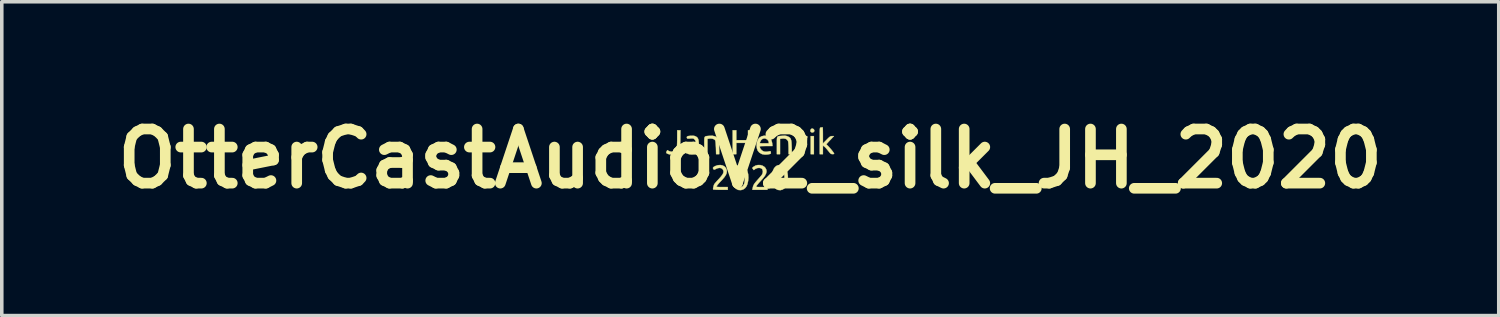
<source format=kicad_pcb>
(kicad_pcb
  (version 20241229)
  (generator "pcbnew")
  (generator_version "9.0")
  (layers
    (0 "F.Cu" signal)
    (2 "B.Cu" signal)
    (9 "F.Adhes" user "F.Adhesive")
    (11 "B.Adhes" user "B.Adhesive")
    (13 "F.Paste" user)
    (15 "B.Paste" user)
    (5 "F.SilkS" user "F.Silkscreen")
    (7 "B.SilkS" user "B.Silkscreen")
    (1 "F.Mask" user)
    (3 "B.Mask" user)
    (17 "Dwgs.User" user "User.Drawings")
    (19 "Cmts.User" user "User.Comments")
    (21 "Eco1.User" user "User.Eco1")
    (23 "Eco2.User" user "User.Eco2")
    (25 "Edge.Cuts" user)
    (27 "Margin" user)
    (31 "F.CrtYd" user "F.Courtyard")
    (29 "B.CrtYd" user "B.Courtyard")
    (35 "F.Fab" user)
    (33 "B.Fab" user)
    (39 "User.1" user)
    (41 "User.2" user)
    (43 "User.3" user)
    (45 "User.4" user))
  (footprint "OtterCastAudioV2_silk_JH_2020"
    (layer "F.Cu")
    (at 18.078 1.418)
    (property "Reference" "OtterCastAudioV2_silk_JH_2020" (at 0 0 0) (layer "F.SilkS") (effects (font (size 1.524 1.524) (thickness 0.3))))
    (attr through_hole)
    (fp_poly (pts (xy 1.791 -0.127) (xy 1.702 -0.127) (xy 1.702 -0.635) (xy 1.791 -0.635) (xy 1.791 -0.127)) (stroke (width 0.01) (type solid)) (fill yes) (layer "F.SilkS"))
    (fp_poly (pts (xy -0.394 -0.521) (xy -0.064 -0.521) (xy -0.064 -0.8) (xy 0.038 -0.8) (xy 0.038 -0.127) (xy -0.064 -0.127) (xy -0.064 -0.445) (xy -0.394 -0.445) (xy -0.394 -0.127) (xy -0.495 -0.127) (xy -0.495 -0.8) (xy -0.394 -0.8) (xy -0.394 -0.521)) (stroke (width 0.01) (type solid)) (fill yes) (layer "F.SilkS"))
    (fp_poly (pts (xy 1.788 -0.828) (xy 1.802 -0.801) (xy 1.8 -0.77) (xy 1.788 -0.752) (xy 1.759 -0.738) (xy 1.725 -0.741) (xy 1.702 -0.755) (xy 1.692 -0.784) (xy 1.699 -0.816) (xy 1.718 -0.84) (xy 1.727 -0.844) (xy 1.761 -0.845) (xy 1.788 -0.828)) (stroke (width 0.01) (type solid)) (fill yes) (layer "F.SilkS"))
    (fp_poly (pts (xy 1.567 -0.641) (xy 1.597 -0.632) (xy 1.608 -0.618) (xy 1.608 -0.614) (xy 1.601 -0.585) (xy 1.6 -0.576) (xy 1.595 -0.564) (xy 1.575 -0.562) (xy 1.551 -0.565) (xy 1.504 -0.568) (xy 1.458 -0.565) (xy 1.456 -0.565) (xy 1.41 -0.556) (xy 1.41 -0.127) (xy 1.321 -0.127) (xy 1.321 -0.62) (xy 1.408 -0.636) (xy 1.467 -0.643) (xy 1.522 -0.645) (xy 1.567 -0.641)) (stroke (width 0.01) (type solid)) (fill yes) (layer "F.SilkS"))
    (fp_poly (pts (xy -1.971 -0.524) (xy -1.973 -0.422) (xy -1.976 -0.342) (xy -1.98 -0.281) (xy -1.988 -0.236) (xy -1.999 -0.203) (xy -2.015 -0.178) (xy -2.035 -0.16) (xy -2.062 -0.144) (xy -2.07 -0.14) (xy -2.123 -0.123) (xy -2.188 -0.115) (xy -2.255 -0.118) (xy -2.305 -0.13) (xy -2.345 -0.146) (xy -2.364 -0.162) (xy -2.364 -0.183) (xy -2.356 -0.203) (xy -2.337 -0.239) (xy -2.289 -0.214) (xy -2.237 -0.197) (xy -2.182 -0.195) (xy -2.133 -0.207) (xy -2.105 -0.226) (xy -2.09 -0.246) (xy -2.078 -0.275) (xy -2.069 -0.316) (xy -2.063 -0.371) (xy -2.06 -0.444) (xy -2.058 -0.538) (xy -2.058 -0.581) (xy -2.057 -0.8) (xy -1.967 -0.8) (xy -1.971 -0.524)) (stroke (width 0.01) (type solid)) (fill yes) (layer "F.SilkS"))
    (fp_poly (pts (xy -0.992 -0.628) (xy -0.94 -0.596) (xy -0.912 -0.561) (xy -0.9 -0.541) (xy -0.892 -0.519) (xy -0.887 -0.491) (xy -0.883 -0.451) (xy -0.88 -0.396) (xy -0.878 -0.321) (xy -0.874 -0.127) (xy -0.962 -0.127) (xy -0.967 -0.308) (xy -0.971 -0.383) (xy -0.975 -0.446) (xy -0.981 -0.492) (xy -0.988 -0.516) (xy -0.988 -0.517) (xy -1.016 -0.544) (xy -1.062 -0.562) (xy -1.117 -0.568) (xy -1.15 -0.566) (xy -1.206 -0.557) (xy -1.206 -0.127) (xy -1.295 -0.127) (xy -1.295 -0.373) (xy -1.296 -0.46) (xy -1.295 -0.525) (xy -1.293 -0.571) (xy -1.286 -0.602) (xy -1.273 -0.621) (xy -1.251 -0.632) (xy -1.22 -0.637) (xy -1.178 -0.641) (xy -1.146 -0.643) (xy -1.06 -0.644) (xy -0.992 -0.628)) (stroke (width 0.01) (type solid)) (fill yes) (layer "F.SilkS"))
    (fp_poly (pts (xy 0.998 -0.644) (xy 1.033 -0.635) (xy 1.057 -0.625) (xy 1.092 -0.607) (xy 1.119 -0.586) (xy 1.137 -0.559) (xy 1.15 -0.521) (xy 1.159 -0.468) (xy 1.163 -0.397) (xy 1.166 -0.321) (xy 1.171 -0.127) (xy 1.079 -0.127) (xy 1.079 -0.289) (xy 1.077 -0.356) (xy 1.074 -0.418) (xy 1.069 -0.466) (xy 1.063 -0.495) (xy 1.036 -0.535) (xy 0.992 -0.561) (xy 0.933 -0.569) (xy 0.896 -0.566) (xy 0.838 -0.557) (xy 0.838 -0.127) (xy 0.749 -0.127) (xy 0.749 -0.373) (xy 0.749 -0.46) (xy 0.749 -0.525) (xy 0.752 -0.572) (xy 0.759 -0.603) (xy 0.773 -0.622) (xy 0.794 -0.632) (xy 0.826 -0.638) (xy 0.87 -0.641) (xy 0.902 -0.643) (xy 0.958 -0.646) (xy 0.998 -0.644)) (stroke (width 0.01) (type solid)) (fill yes) (layer "F.SilkS"))
    (fp_poly (pts (xy 0.282 0.18) (xy 0.347 0.199) (xy 0.402 0.234) (xy 0.428 0.265) (xy 0.452 0.314) (xy 0.457 0.364) (xy 0.444 0.419) (xy 0.412 0.481) (xy 0.359 0.552) (xy 0.3 0.618) (xy 0.24 0.683) (xy 0.199 0.733) (xy 0.174 0.768) (xy 0.165 0.791) (xy 0.165 0.793) (xy 0.177 0.796) (xy 0.209 0.798) (xy 0.258 0.799) (xy 0.317 0.8) (xy 0.324 0.8) (xy 0.483 0.8) (xy 0.483 0.876) (xy 0.06 0.876) (xy 0.069 0.824) (xy 0.078 0.783) (xy 0.093 0.745) (xy 0.116 0.705) (xy 0.152 0.659) (xy 0.203 0.6) (xy 0.207 0.596) (xy 0.248 0.549) (xy 0.286 0.505) (xy 0.315 0.47) (xy 0.327 0.455) (xy 0.35 0.406) (xy 0.355 0.353) (xy 0.341 0.305) (xy 0.331 0.29) (xy 0.298 0.268) (xy 0.251 0.259) (xy 0.2 0.264) (xy 0.152 0.282) (xy 0.139 0.291) (xy 0.098 0.321) (xy 0.075 0.291) (xy 0.06 0.27) (xy 0.061 0.255) (xy 0.079 0.237) (xy 0.086 0.232) (xy 0.146 0.196) (xy 0.213 0.179) (xy 0.282 0.18)) (stroke (width 0.01) (type solid)) (fill yes) (layer "F.SilkS"))
    (fp_poly (pts (xy -0.221 0.188) (xy -0.164 0.22) (xy -0.116 0.274) (xy -0.111 0.281) (xy -0.08 0.352) (xy -0.06 0.438) (xy -0.054 0.532) (xy -0.061 0.627) (xy -0.081 0.716) (xy -0.104 0.773) (xy -0.145 0.828) (xy -0.199 0.866) (xy -0.262 0.885) (xy -0.326 0.883) (xy -0.362 0.871) (xy -0.417 0.836) (xy -0.458 0.783) (xy -0.486 0.711) (xy -0.502 0.619) (xy -0.505 0.578) (xy -0.505 0.564) (xy -0.413 0.564) (xy -0.406 0.64) (xy -0.393 0.704) (xy -0.384 0.727) (xy -0.352 0.778) (xy -0.315 0.806) (xy -0.274 0.81) (xy -0.231 0.79) (xy -0.216 0.777) (xy -0.187 0.738) (xy -0.167 0.688) (xy -0.156 0.622) (xy -0.152 0.537) (xy -0.152 0.536) (xy -0.156 0.445) (xy -0.167 0.375) (xy -0.187 0.324) (xy -0.216 0.288) (xy -0.218 0.286) (xy -0.264 0.259) (xy -0.307 0.257) (xy -0.345 0.279) (xy -0.378 0.326) (xy -0.389 0.352) (xy -0.405 0.412) (xy -0.413 0.485) (xy -0.413 0.564) (xy -0.505 0.564) (xy -0.505 0.472) (xy -0.493 0.381) (xy -0.47 0.308) (xy -0.453 0.277) (xy -0.403 0.222) (xy -0.345 0.189) (xy -0.283 0.178) (xy -0.221 0.188)) (stroke (width 0.01) (type solid)) (fill yes) (layer "F.SilkS"))
    (fp_poly (pts (xy 2.037 -0.877) (xy 2.041 -0.859) (xy 2.043 -0.827) (xy 2.044 -0.778) (xy 2.045 -0.708) (xy 2.045 -0.659) (xy 2.045 -0.425) (xy 2.148 -0.53) (xy 2.193 -0.576) (xy 2.226 -0.606) (xy 2.25 -0.623) (xy 2.271 -0.632) (xy 2.293 -0.635) (xy 2.303 -0.635) (xy 2.355 -0.635) (xy 2.292 -0.568) (xy 2.252 -0.526) (xy 2.212 -0.484) (xy 2.185 -0.454) (xy 2.141 -0.406) (xy 2.205 -0.34) (xy 2.244 -0.297) (xy 2.283 -0.252) (xy 2.318 -0.208) (xy 2.345 -0.171) (xy 2.36 -0.145) (xy 2.362 -0.138) (xy 2.351 -0.131) (xy 2.323 -0.128) (xy 2.315 -0.128) (xy 2.291 -0.13) (xy 2.271 -0.138) (xy 2.25 -0.155) (xy 2.223 -0.186) (xy 2.195 -0.221) (xy 2.158 -0.266) (xy 2.122 -0.307) (xy 2.092 -0.336) (xy 2.084 -0.342) (xy 2.045 -0.37) (xy 2.045 -0.127) (xy 1.956 -0.127) (xy 1.956 -0.502) (xy 1.956 -0.609) (xy 1.956 -0.694) (xy 1.957 -0.758) (xy 1.958 -0.805) (xy 1.96 -0.838) (xy 1.963 -0.859) (xy 1.967 -0.87) (xy 1.973 -0.875) (xy 1.98 -0.876) (xy 1.98 -0.876) (xy 2.012 -0.88) (xy 2.025 -0.884) (xy 2.032 -0.884) (xy 2.037 -0.877)) (stroke (width 0.01) (type solid)) (fill yes) (layer "F.SilkS"))
    (fp_poly (pts (xy -0.777 0.192) (xy -0.723 0.222) (xy -0.685 0.267) (xy -0.663 0.326) (xy -0.66 0.361) (xy -0.667 0.408) (xy -0.688 0.458) (xy -0.725 0.515) (xy -0.781 0.581) (xy -0.811 0.614) (xy -0.873 0.68) (xy -0.917 0.731) (xy -0.943 0.767) (xy -0.952 0.789) (xy -0.953 0.79) (xy -0.941 0.794) (xy -0.908 0.797) (xy -0.86 0.799) (xy -0.801 0.8) (xy -0.794 0.8) (xy -0.635 0.8) (xy -0.635 0.876) (xy -0.837 0.876) (xy -0.907 0.876) (xy -0.966 0.874) (xy -1.012 0.871) (xy -1.04 0.868) (xy -1.046 0.866) (xy -1.048 0.847) (xy -1.043 0.813) (xy -1.033 0.774) (xy -1.022 0.737) (xy -1.014 0.72) (xy -1 0.701) (xy -0.972 0.668) (xy -0.935 0.626) (xy -0.892 0.58) (xy -0.832 0.513) (xy -0.79 0.459) (xy -0.764 0.414) (xy -0.754 0.375) (xy -0.756 0.343) (xy -0.777 0.297) (xy -0.813 0.269) (xy -0.862 0.259) (xy -0.92 0.268) (xy -0.958 0.284) (xy -0.994 0.302) (xy -1.015 0.308) (xy -1.028 0.304) (xy -1.037 0.295) (xy -1.051 0.269) (xy -1.047 0.248) (xy -1.023 0.228) (xy -0.987 0.209) (xy -0.912 0.184) (xy -0.841 0.179) (xy -0.777 0.192)) (stroke (width 0.01) (type solid)) (fill yes) (layer "F.SilkS"))
    (fp_poly (pts (xy 0.874 0.184) (xy 0.93 0.202) (xy 0.95 0.214) (xy 0.992 0.258) (xy 1.024 0.32) (xy 1.046 0.396) (xy 1.058 0.481) (xy 1.059 0.568) (xy 1.049 0.654) (xy 1.027 0.733) (xy 1.008 0.776) (xy 0.964 0.833) (xy 0.909 0.871) (xy 0.846 0.887) (xy 0.78 0.88) (xy 0.755 0.871) (xy 0.699 0.833) (xy 0.656 0.774) (xy 0.627 0.695) (xy 0.612 0.597) (xy 0.61 0.541) (xy 0.701 0.541) (xy 0.705 0.615) (xy 0.715 0.681) (xy 0.731 0.731) (xy 0.732 0.732) (xy 0.765 0.78) (xy 0.805 0.806) (xy 0.849 0.808) (xy 0.893 0.787) (xy 0.894 0.787) (xy 0.927 0.745) (xy 0.95 0.681) (xy 0.962 0.598) (xy 0.963 0.497) (xy 0.962 0.496) (xy 0.955 0.414) (xy 0.942 0.353) (xy 0.921 0.309) (xy 0.891 0.278) (xy 0.886 0.274) (xy 0.843 0.256) (xy 0.801 0.261) (xy 0.763 0.288) (xy 0.733 0.335) (xy 0.711 0.399) (xy 0.711 0.401) (xy 0.702 0.467) (xy 0.701 0.541) (xy 0.61 0.541) (xy 0.61 0.533) (xy 0.617 0.425) (xy 0.639 0.335) (xy 0.674 0.264) (xy 0.723 0.213) (xy 0.762 0.19) (xy 0.814 0.18) (xy 0.874 0.184)) (stroke (width 0.01) (type solid)) (fill yes) (layer "F.SilkS"))
    (fp_poly (pts (xy 0.441 -0.644) (xy 0.506 -0.626) (xy 0.556 -0.589) (xy 0.591 -0.532) (xy 0.613 -0.453) (xy 0.617 -0.429) (xy 0.625 -0.356) (xy 0.446 -0.356) (xy 0.375 -0.355) (xy 0.326 -0.354) (xy 0.294 -0.352) (xy 0.276 -0.348) (xy 0.268 -0.341) (xy 0.267 -0.332) (xy 0.267 -0.332) (xy 0.278 -0.293) (xy 0.306 -0.253) (xy 0.345 -0.22) (xy 0.378 -0.204) (xy 0.419 -0.193) (xy 0.46 -0.193) (xy 0.498 -0.199) (xy 0.536 -0.207) (xy 0.561 -0.211) (xy 0.567 -0.211) (xy 0.572 -0.199) (xy 0.578 -0.176) (xy 0.581 -0.153) (xy 0.572 -0.14) (xy 0.544 -0.13) (xy 0.538 -0.128) (xy 0.473 -0.117) (xy 0.404 -0.116) (xy 0.342 -0.126) (xy 0.318 -0.134) (xy 0.255 -0.172) (xy 0.211 -0.224) (xy 0.186 -0.291) (xy 0.178 -0.376) (xy 0.178 -0.377) (xy 0.185 -0.439) (xy 0.267 -0.439) (xy 0.279 -0.436) (xy 0.31 -0.433) (xy 0.357 -0.432) (xy 0.394 -0.432) (xy 0.521 -0.432) (xy 0.521 -0.465) (xy 0.511 -0.497) (xy 0.486 -0.532) (xy 0.484 -0.534) (xy 0.438 -0.564) (xy 0.39 -0.572) (xy 0.344 -0.557) (xy 0.305 -0.523) (xy 0.284 -0.488) (xy 0.273 -0.458) (xy 0.267 -0.44) (xy 0.267 -0.439) (xy 0.185 -0.439) (xy 0.188 -0.466) (xy 0.215 -0.538) (xy 0.259 -0.593) (xy 0.318 -0.63) (xy 0.389 -0.646) (xy 0.441 -0.644)) (stroke (width 0.01) (type solid)) (fill yes) (layer "F.SilkS"))
    (fp_poly (pts (xy -1.576 -0.641) (xy -1.543 -0.629) (xy -1.537 -0.626) (xy -1.505 -0.607) (xy -1.482 -0.582) (xy -1.466 -0.549) (xy -1.456 -0.503) (xy -1.45 -0.441) (xy -1.448 -0.358) (xy -1.448 -0.328) (xy -1.449 -0.261) (xy -1.451 -0.205) (xy -1.454 -0.162) (xy -1.458 -0.138) (xy -1.459 -0.134) (xy -1.477 -0.13) (xy -1.513 -0.126) (xy -1.561 -0.122) (xy -1.583 -0.12) (xy -1.652 -0.118) (xy -1.703 -0.122) (xy -1.743 -0.132) (xy -1.746 -0.133) (xy -1.778 -0.145) (xy -1.797 -0.152) (xy -1.8 -0.152) (xy -1.81 -0.164) (xy -1.823 -0.191) (xy -1.834 -0.226) (xy -1.841 -0.26) (xy -1.841 -0.267) (xy -1.751 -0.267) (xy -1.741 -0.232) (xy -1.737 -0.226) (xy -1.719 -0.209) (xy -1.695 -0.198) (xy -1.657 -0.193) (xy -1.61 -0.192) (xy -1.537 -0.191) (xy -1.537 -0.353) (xy -1.578 -0.36) (xy -1.624 -0.362) (xy -1.674 -0.355) (xy -1.717 -0.34) (xy -1.734 -0.33) (xy -1.749 -0.303) (xy -1.751 -0.267) (xy -1.841 -0.267) (xy -1.841 -0.272) (xy -1.831 -0.333) (xy -1.8 -0.38) (xy -1.75 -0.412) (xy -1.681 -0.428) (xy -1.619 -0.43) (xy -1.537 -0.425) (xy -1.537 -0.467) (xy -1.549 -0.515) (xy -1.57 -0.542) (xy -1.589 -0.559) (xy -1.608 -0.569) (xy -1.636 -0.571) (xy -1.679 -0.569) (xy -1.69 -0.568) (xy -1.736 -0.564) (xy -1.763 -0.565) (xy -1.777 -0.571) (xy -1.784 -0.584) (xy -1.785 -0.586) (xy -1.787 -0.61) (xy -1.775 -0.626) (xy -1.745 -0.637) (xy -1.693 -0.643) (xy -1.674 -0.644) (xy -1.617 -0.645) (xy -1.576 -0.641)) (stroke (width 0.01) (type solid)) (fill yes) (layer "F.SilkS")))
  (gr_rect
    (start -3 -3)
    (end 39.155 5.836)
    (stroke (width 0.1) (type default))
    (fill no)
    (layer "Edge.Cuts")))
</source>
